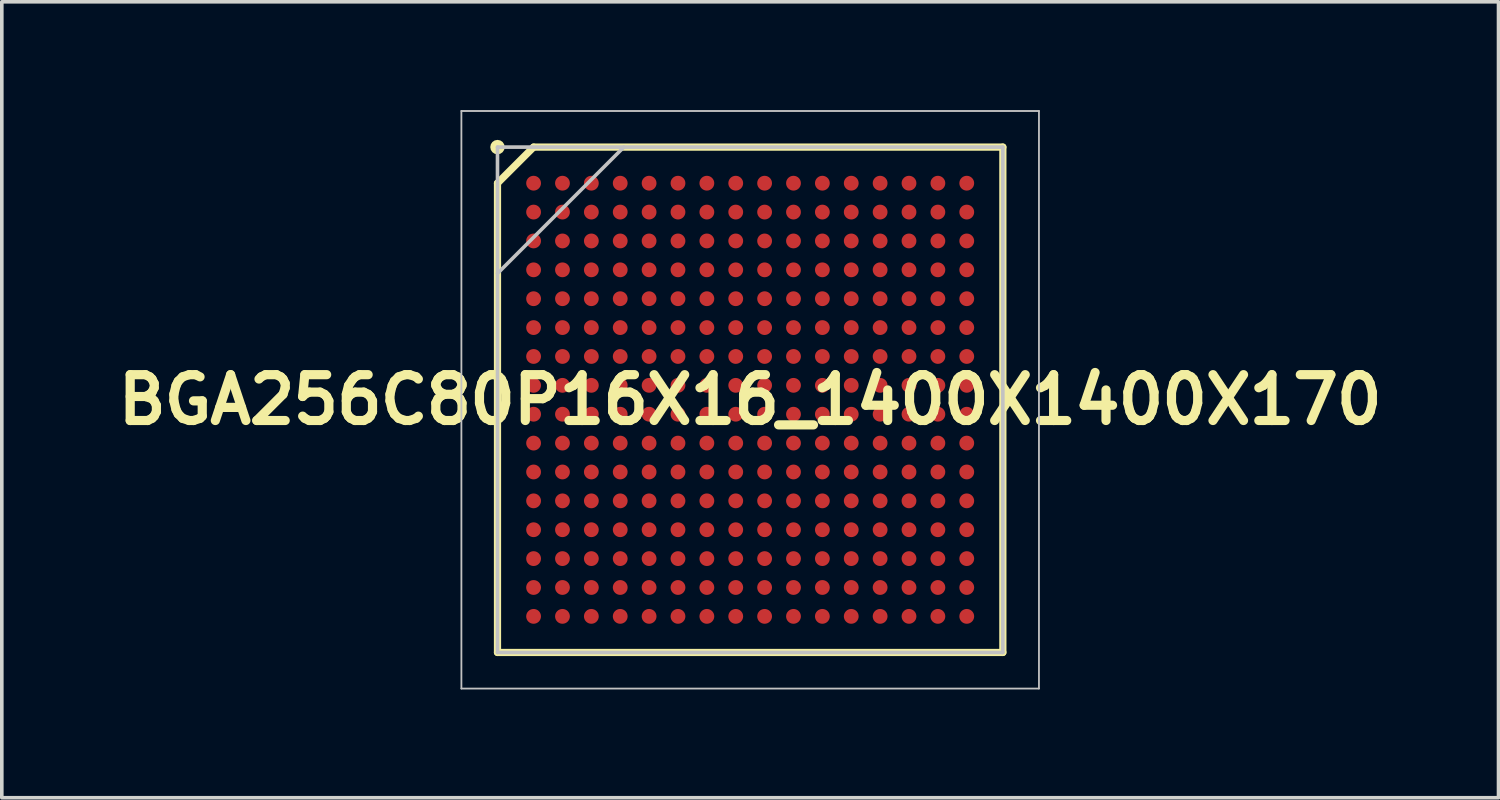
<source format=kicad_pcb>
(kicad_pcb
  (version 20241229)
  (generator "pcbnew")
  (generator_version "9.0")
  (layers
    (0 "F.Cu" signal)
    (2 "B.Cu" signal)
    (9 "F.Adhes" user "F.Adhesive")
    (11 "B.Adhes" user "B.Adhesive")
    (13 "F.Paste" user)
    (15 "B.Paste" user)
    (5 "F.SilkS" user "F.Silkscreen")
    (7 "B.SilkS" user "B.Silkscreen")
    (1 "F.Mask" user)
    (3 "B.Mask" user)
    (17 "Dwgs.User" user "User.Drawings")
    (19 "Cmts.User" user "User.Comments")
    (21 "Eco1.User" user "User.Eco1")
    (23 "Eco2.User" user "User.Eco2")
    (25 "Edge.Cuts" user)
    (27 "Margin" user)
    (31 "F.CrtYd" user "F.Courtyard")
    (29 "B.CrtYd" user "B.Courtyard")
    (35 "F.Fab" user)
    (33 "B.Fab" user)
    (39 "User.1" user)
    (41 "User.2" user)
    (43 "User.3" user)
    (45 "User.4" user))
  (footprint "BGA256C80P16X16_1400X1400X170"
    (layer "F.Cu")
    (at 17.732 8.025)
    (property "Reference" "BGA256C80P16X16_1400X1400X170" (at 0 0 0) (layer "F.SilkS") (effects (font (size 1.27 1.27) (thickness 0.254))))
    (attr smd)
    (fp_line (start -7 -6) (end -6 -7) (stroke (width 0.2) (type solid)) (layer "F.SilkS"))
    (fp_line (start -7 7) (end -7 -6) (stroke (width 0.2) (type solid)) (layer "F.SilkS"))
    (fp_line (start -6 -7) (end 7 -7) (stroke (width 0.2) (type solid)) (layer "F.SilkS"))
    (fp_line (start 7 -7) (end 7 7) (stroke (width 0.2) (type solid)) (layer "F.SilkS"))
    (fp_line (start 7 7) (end -7 7) (stroke (width 0.2) (type solid)) (layer "F.SilkS"))
    (fp_circle (center -7 -7) (end -7 -6.9) (stroke (width 0.2) (type solid)) (fill no) (layer "F.SilkS"))
    (fp_line (start -8 -8) (end 8 -8) (stroke (width 0.05) (type solid)) (layer "Dwgs.User"))
    (fp_line (start -8 8) (end -8 -8) (stroke (width 0.05) (type solid)) (layer "Dwgs.User"))
    (fp_line (start -7 -7) (end 7 -7) (stroke (width 0.1) (type solid)) (layer "Dwgs.User"))
    (fp_line (start -7 -3.5) (end -3.5 -7) (stroke (width 0.1) (type solid)) (layer "Dwgs.User"))
    (fp_line (start -7 7) (end -7 -7) (stroke (width 0.1) (type solid)) (layer "Dwgs.User"))
    (fp_line (start 7 -7) (end 7 7) (stroke (width 0.1) (type solid)) (layer "Dwgs.User"))
    (fp_line (start 7 7) (end -7 7) (stroke (width 0.1) (type solid)) (layer "Dwgs.User"))
    (fp_line (start 8 -8) (end 8 8) (stroke (width 0.05) (type solid)) (layer "Dwgs.User"))
    (fp_line (start 8 8) (end -8 8) (stroke (width 0.05) (type solid)) (layer "Dwgs.User"))
    (pad "A1" smd circle (at -6 -6 90) (size 0.41 0.41) (layers "F.Cu" "F.Paste"))
    (pad "A2" smd circle (at -5.2 -6 90) (size 0.41 0.41) (layers "F.Cu" "F.Paste"))
    (pad "A3" smd circle (at -4.4 -6 90) (size 0.41 0.41) (layers "F.Cu" "F.Paste"))
    (pad "A4" smd circle (at -3.6 -6 90) (size 0.41 0.41) (layers "F.Cu" "F.Paste"))
    (pad "A5" smd circle (at -2.8 -6 90) (size 0.41 0.41) (layers "F.Cu" "F.Paste"))
    (pad "A6" smd circle (at -2 -6 90) (size 0.41 0.41) (layers "F.Cu" "F.Paste"))
    (pad "A7" smd circle (at -1.2 -6 90) (size 0.41 0.41) (layers "F.Cu" "F.Paste"))
    (pad "A8" smd circle (at -0.4 -6 90) (size 0.41 0.41) (layers "F.Cu" "F.Paste"))
    (pad "A9" smd circle (at 0.4 -6 90) (size 0.41 0.41) (layers "F.Cu" "F.Paste"))
    (pad "A10" smd circle (at 1.2 -6 90) (size 0.41 0.41) (layers "F.Cu" "F.Paste"))
    (pad "A11" smd circle (at 2 -6 90) (size 0.41 0.41) (layers "F.Cu" "F.Paste"))
    (pad "A12" smd circle (at 2.8 -6 90) (size 0.41 0.41) (layers "F.Cu" "F.Paste"))
    (pad "A13" smd circle (at 3.6 -6 90) (size 0.41 0.41) (layers "F.Cu" "F.Paste"))
    (pad "A14" smd circle (at 4.4 -6 90) (size 0.41 0.41) (layers "F.Cu" "F.Paste"))
    (pad "A15" smd circle (at 5.2 -6 90) (size 0.41 0.41) (layers "F.Cu" "F.Paste"))
    (pad "A16" smd circle (at 6 -6 90) (size 0.41 0.41) (layers "F.Cu" "F.Paste"))
    (pad "B1" smd circle (at -6 -5.2 90) (size 0.41 0.41) (layers "F.Cu" "F.Paste"))
    (pad "B2" smd circle (at -5.2 -5.2 90) (size 0.41 0.41) (layers "F.Cu" "F.Paste"))
    (pad "B3" smd circle (at -4.4 -5.2 90) (size 0.41 0.41) (layers "F.Cu" "F.Paste"))
    (pad "B4" smd circle (at -3.6 -5.2 90) (size 0.41 0.41) (layers "F.Cu" "F.Paste"))
    (pad "B5" smd circle (at -2.8 -5.2 90) (size 0.41 0.41) (layers "F.Cu" "F.Paste"))
    (pad "B6" smd circle (at -2 -5.2 90) (size 0.41 0.41) (layers "F.Cu" "F.Paste"))
    (pad "B7" smd circle (at -1.2 -5.2 90) (size 0.41 0.41) (layers "F.Cu" "F.Paste"))
    (pad "B8" smd circle (at -0.4 -5.2 90) (size 0.41 0.41) (layers "F.Cu" "F.Paste"))
    (pad "B9" smd circle (at 0.4 -5.2 90) (size 0.41 0.41) (layers "F.Cu" "F.Paste"))
    (pad "B10" smd circle (at 1.2 -5.2 90) (size 0.41 0.41) (layers "F.Cu" "F.Paste"))
    (pad "B11" smd circle (at 2 -5.2 90) (size 0.41 0.41) (layers "F.Cu" "F.Paste"))
    (pad "B12" smd circle (at 2.8 -5.2 90) (size 0.41 0.41) (layers "F.Cu" "F.Paste"))
    (pad "B13" smd circle (at 3.6 -5.2 90) (size 0.41 0.41) (layers "F.Cu" "F.Paste"))
    (pad "B14" smd circle (at 4.4 -5.2 90) (size 0.41 0.41) (layers "F.Cu" "F.Paste"))
    (pad "B15" smd circle (at 5.2 -5.2 90) (size 0.41 0.41) (layers "F.Cu" "F.Paste"))
    (pad "B16" smd circle (at 6 -5.2 90) (size 0.41 0.41) (layers "F.Cu" "F.Paste"))
    (pad "C1" smd circle (at -6 -4.4 90) (size 0.41 0.41) (layers "F.Cu" "F.Paste"))
    (pad "C2" smd circle (at -5.2 -4.4 90) (size 0.41 0.41) (layers "F.Cu" "F.Paste"))
    (pad "C3" smd circle (at -4.4 -4.4 90) (size 0.41 0.41) (layers "F.Cu" "F.Paste"))
    (pad "C4" smd circle (at -3.6 -4.4 90) (size 0.41 0.41) (layers "F.Cu" "F.Paste"))
    (pad "C5" smd circle (at -2.8 -4.4 90) (size 0.41 0.41) (layers "F.Cu" "F.Paste"))
    (pad "C6" smd circle (at -2 -4.4 90) (size 0.41 0.41) (layers "F.Cu" "F.Paste"))
    (pad "C7" smd circle (at -1.2 -4.4 90) (size 0.41 0.41) (layers "F.Cu" "F.Paste"))
    (pad "C8" smd circle (at -0.4 -4.4 90) (size 0.41 0.41) (layers "F.Cu" "F.Paste"))
    (pad "C9" smd circle (at 0.4 -4.4 90) (size 0.41 0.41) (layers "F.Cu" "F.Paste"))
    (pad "C10" smd circle (at 1.2 -4.4 90) (size 0.41 0.41) (layers "F.Cu" "F.Paste"))
    (pad "C11" smd circle (at 2 -4.4 90) (size 0.41 0.41) (layers "F.Cu" "F.Paste"))
    (pad "C12" smd circle (at 2.8 -4.4 90) (size 0.41 0.41) (layers "F.Cu" "F.Paste"))
    (pad "C13" smd circle (at 3.6 -4.4 90) (size 0.41 0.41) (layers "F.Cu" "F.Paste"))
    (pad "C14" smd circle (at 4.4 -4.4 90) (size 0.41 0.41) (layers "F.Cu" "F.Paste"))
    (pad "C15" smd circle (at 5.2 -4.4 90) (size 0.41 0.41) (layers "F.Cu" "F.Paste"))
    (pad "C16" smd circle (at 6 -4.4 90) (size 0.41 0.41) (layers "F.Cu" "F.Paste"))
    (pad "D1" smd circle (at -6 -3.6 90) (size 0.41 0.41) (layers "F.Cu" "F.Paste"))
    (pad "D2" smd circle (at -5.2 -3.6 90) (size 0.41 0.41) (layers "F.Cu" "F.Paste"))
    (pad "D3" smd circle (at -4.4 -3.6 90) (size 0.41 0.41) (layers "F.Cu" "F.Paste"))
    (pad "D4" smd circle (at -3.6 -3.6 90) (size 0.41 0.41) (layers "F.Cu" "F.Paste"))
    (pad "D5" smd circle (at -2.8 -3.6 90) (size 0.41 0.41) (layers "F.Cu" "F.Paste"))
    (pad "D6" smd circle (at -2 -3.6 90) (size 0.41 0.41) (layers "F.Cu" "F.Paste"))
    (pad "D7" smd circle (at -1.2 -3.6 90) (size 0.41 0.41) (layers "F.Cu" "F.Paste"))
    (pad "D8" smd circle (at -0.4 -3.6 90) (size 0.41 0.41) (layers "F.Cu" "F.Paste"))
    (pad "D9" smd circle (at 0.4 -3.6 90) (size 0.41 0.41) (layers "F.Cu" "F.Paste"))
    (pad "D10" smd circle (at 1.2 -3.6 90) (size 0.41 0.41) (layers "F.Cu" "F.Paste"))
    (pad "D11" smd circle (at 2 -3.6 90) (size 0.41 0.41) (layers "F.Cu" "F.Paste"))
    (pad "D12" smd circle (at 2.8 -3.6 90) (size 0.41 0.41) (layers "F.Cu" "F.Paste"))
    (pad "D13" smd circle (at 3.6 -3.6 90) (size 0.41 0.41) (layers "F.Cu" "F.Paste"))
    (pad "D14" smd circle (at 4.4 -3.6 90) (size 0.41 0.41) (layers "F.Cu" "F.Paste"))
    (pad "D15" smd circle (at 5.2 -3.6 90) (size 0.41 0.41) (layers "F.Cu" "F.Paste"))
    (pad "D16" smd circle (at 6 -3.6 90) (size 0.41 0.41) (layers "F.Cu" "F.Paste"))
    (pad "E1" smd circle (at -6 -2.8 90) (size 0.41 0.41) (layers "F.Cu" "F.Paste"))
    (pad "E2" smd circle (at -5.2 -2.8 90) (size 0.41 0.41) (layers "F.Cu" "F.Paste"))
    (pad "E3" smd circle (at -4.4 -2.8 90) (size 0.41 0.41) (layers "F.Cu" "F.Paste"))
    (pad "E4" smd circle (at -3.6 -2.8 90) (size 0.41 0.41) (layers "F.Cu" "F.Paste"))
    (pad "E5" smd circle (at -2.8 -2.8 90) (size 0.41 0.41) (layers "F.Cu" "F.Paste"))
    (pad "E6" smd circle (at -2 -2.8 90) (size 0.41 0.41) (layers "F.Cu" "F.Paste"))
    (pad "E7" smd circle (at -1.2 -2.8 90) (size 0.41 0.41) (layers "F.Cu" "F.Paste"))
    (pad "E8" smd circle (at -0.4 -2.8 90) (size 0.41 0.41) (layers "F.Cu" "F.Paste"))
    (pad "E9" smd circle (at 0.4 -2.8 90) (size 0.41 0.41) (layers "F.Cu" "F.Paste"))
    (pad "E10" smd circle (at 1.2 -2.8 90) (size 0.41 0.41) (layers "F.Cu" "F.Paste"))
    (pad "E11" smd circle (at 2 -2.8 90) (size 0.41 0.41) (layers "F.Cu" "F.Paste"))
    (pad "E12" smd circle (at 2.8 -2.8 90) (size 0.41 0.41) (layers "F.Cu" "F.Paste"))
    (pad "E13" smd circle (at 3.6 -2.8 90) (size 0.41 0.41) (layers "F.Cu" "F.Paste"))
    (pad "E14" smd circle (at 4.4 -2.8 90) (size 0.41 0.41) (layers "F.Cu" "F.Paste"))
    (pad "E15" smd circle (at 5.2 -2.8 90) (size 0.41 0.41) (layers "F.Cu" "F.Paste"))
    (pad "E16" smd circle (at 6 -2.8 90) (size 0.41 0.41) (layers "F.Cu" "F.Paste"))
    (pad "F1" smd circle (at -6 -2 90) (size 0.41 0.41) (layers "F.Cu" "F.Paste"))
    (pad "F2" smd circle (at -5.2 -2 90) (size 0.41 0.41) (layers "F.Cu" "F.Paste"))
    (pad "F3" smd circle (at -4.4 -2 90) (size 0.41 0.41) (layers "F.Cu" "F.Paste"))
    (pad "F4" smd circle (at -3.6 -2 90) (size 0.41 0.41) (layers "F.Cu" "F.Paste"))
    (pad "F5" smd circle (at -2.8 -2 90) (size 0.41 0.41) (layers "F.Cu" "F.Paste"))
    (pad "F6" smd circle (at -2 -2 90) (size 0.41 0.41) (layers "F.Cu" "F.Paste"))
    (pad "F7" smd circle (at -1.2 -2 90) (size 0.41 0.41) (layers "F.Cu" "F.Paste"))
    (pad "F8" smd circle (at -0.4 -2 90) (size 0.41 0.41) (layers "F.Cu" "F.Paste"))
    (pad "F9" smd circle (at 0.4 -2 90) (size 0.41 0.41) (layers "F.Cu" "F.Paste"))
    (pad "F10" smd circle (at 1.2 -2 90) (size 0.41 0.41) (layers "F.Cu" "F.Paste"))
    (pad "F11" smd circle (at 2 -2 90) (size 0.41 0.41) (layers "F.Cu" "F.Paste"))
    (pad "F12" smd circle (at 2.8 -2 90) (size 0.41 0.41) (layers "F.Cu" "F.Paste"))
    (pad "F13" smd circle (at 3.6 -2 90) (size 0.41 0.41) (layers "F.Cu" "F.Paste"))
    (pad "F14" smd circle (at 4.4 -2 90) (size 0.41 0.41) (layers "F.Cu" "F.Paste"))
    (pad "F15" smd circle (at 5.2 -2 90) (size 0.41 0.41) (layers "F.Cu" "F.Paste"))
    (pad "F16" smd circle (at 6 -2 90) (size 0.41 0.41) (layers "F.Cu" "F.Paste"))
    (pad "G1" smd circle (at -6 -1.2 90) (size 0.41 0.41) (layers "F.Cu" "F.Paste"))
    (pad "G2" smd circle (at -5.2 -1.2 90) (size 0.41 0.41) (layers "F.Cu" "F.Paste"))
    (pad "G3" smd circle (at -4.4 -1.2 90) (size 0.41 0.41) (layers "F.Cu" "F.Paste"))
    (pad "G4" smd circle (at -3.6 -1.2 90) (size 0.41 0.41) (layers "F.Cu" "F.Paste"))
    (pad "G5" smd circle (at -2.8 -1.2 90) (size 0.41 0.41) (layers "F.Cu" "F.Paste"))
    (pad "G6" smd circle (at -2 -1.2 90) (size 0.41 0.41) (layers "F.Cu" "F.Paste"))
    (pad "G7" smd circle (at -1.2 -1.2 90) (size 0.41 0.41) (layers "F.Cu" "F.Paste"))
    (pad "G8" smd circle (at -0.4 -1.2 90) (size 0.41 0.41) (layers "F.Cu" "F.Paste"))
    (pad "G9" smd circle (at 0.4 -1.2 90) (size 0.41 0.41) (layers "F.Cu" "F.Paste"))
    (pad "G10" smd circle (at 1.2 -1.2 90) (size 0.41 0.41) (layers "F.Cu" "F.Paste"))
    (pad "G11" smd circle (at 2 -1.2 90) (size 0.41 0.41) (layers "F.Cu" "F.Paste"))
    (pad "G12" smd circle (at 2.8 -1.2 90) (size 0.41 0.41) (layers "F.Cu" "F.Paste"))
    (pad "G13" smd circle (at 3.6 -1.2 90) (size 0.41 0.41) (layers "F.Cu" "F.Paste"))
    (pad "G14" smd circle (at 4.4 -1.2 90) (size 0.41 0.41) (layers "F.Cu" "F.Paste"))
    (pad "G15" smd circle (at 5.2 -1.2 90) (size 0.41 0.41) (layers "F.Cu" "F.Paste"))
    (pad "G16" smd circle (at 6 -1.2 90) (size 0.41 0.41) (layers "F.Cu" "F.Paste"))
    (pad "H1" smd circle (at -6 -0.4 90) (size 0.41 0.41) (layers "F.Cu" "F.Paste"))
    (pad "H2" smd circle (at -5.2 -0.4 90) (size 0.41 0.41) (layers "F.Cu" "F.Paste"))
    (pad "H3" smd circle (at -4.4 -0.4 90) (size 0.41 0.41) (layers "F.Cu" "F.Paste"))
    (pad "H4" smd circle (at -3.6 -0.4 90) (size 0.41 0.41) (layers "F.Cu" "F.Paste"))
    (pad "H5" smd circle (at -2.8 -0.4 90) (size 0.41 0.41) (layers "F.Cu" "F.Paste"))
    (pad "H6" smd circle (at -2 -0.4 90) (size 0.41 0.41) (layers "F.Cu" "F.Paste"))
    (pad "H7" smd circle (at -1.2 -0.4 90) (size 0.41 0.41) (layers "F.Cu" "F.Paste"))
    (pad "H8" smd circle (at -0.4 -0.4 90) (size 0.41 0.41) (layers "F.Cu" "F.Paste"))
    (pad "H9" smd circle (at 0.4 -0.4 90) (size 0.41 0.41) (layers "F.Cu" "F.Paste"))
    (pad "H10" smd circle (at 1.2 -0.4 90) (size 0.41 0.41) (layers "F.Cu" "F.Paste"))
    (pad "H11" smd circle (at 2 -0.4 90) (size 0.41 0.41) (layers "F.Cu" "F.Paste"))
    (pad "H12" smd circle (at 2.8 -0.4 90) (size 0.41 0.41) (layers "F.Cu" "F.Paste"))
    (pad "H13" smd circle (at 3.6 -0.4 90) (size 0.41 0.41) (layers "F.Cu" "F.Paste"))
    (pad "H14" smd circle (at 4.4 -0.4 90) (size 0.41 0.41) (layers "F.Cu" "F.Paste"))
    (pad "H15" smd circle (at 5.2 -0.4 90) (size 0.41 0.41) (layers "F.Cu" "F.Paste"))
    (pad "H16" smd circle (at 6 -0.4 90) (size 0.41 0.41) (layers "F.Cu" "F.Paste"))
    (pad "J1" smd circle (at -6 0.4 90) (size 0.41 0.41) (layers "F.Cu" "F.Paste"))
    (pad "J2" smd circle (at -5.2 0.4 90) (size 0.41 0.41) (layers "F.Cu" "F.Paste"))
    (pad "J3" smd circle (at -4.4 0.4 90) (size 0.41 0.41) (layers "F.Cu" "F.Paste"))
    (pad "J4" smd circle (at -3.6 0.4 90) (size 0.41 0.41) (layers "F.Cu" "F.Paste"))
    (pad "J5" smd circle (at -2.8 0.4 90) (size 0.41 0.41) (layers "F.Cu" "F.Paste"))
    (pad "J6" smd circle (at -2 0.4 90) (size 0.41 0.41) (layers "F.Cu" "F.Paste"))
    (pad "J7" smd circle (at -1.2 0.4 90) (size 0.41 0.41) (layers "F.Cu" "F.Paste"))
    (pad "J8" smd circle (at -0.4 0.4 90) (size 0.41 0.41) (layers "F.Cu" "F.Paste"))
    (pad "J9" smd circle (at 0.4 0.4 90) (size 0.41 0.41) (layers "F.Cu" "F.Paste"))
    (pad "J10" smd circle (at 1.2 0.4 90) (size 0.41 0.41) (layers "F.Cu" "F.Paste"))
    (pad "J11" smd circle (at 2 0.4 90) (size 0.41 0.41) (layers "F.Cu" "F.Paste"))
    (pad "J12" smd circle (at 2.8 0.4 90) (size 0.41 0.41) (layers "F.Cu" "F.Paste"))
    (pad "J13" smd circle (at 3.6 0.4 90) (size 0.41 0.41) (layers "F.Cu" "F.Paste"))
    (pad "J14" smd circle (at 4.4 0.4 90) (size 0.41 0.41) (layers "F.Cu" "F.Paste"))
    (pad "J15" smd circle (at 5.2 0.4 90) (size 0.41 0.41) (layers "F.Cu" "F.Paste"))
    (pad "J16" smd circle (at 6 0.4 90) (size 0.41 0.41) (layers "F.Cu" "F.Paste"))
    (pad "K1" smd circle (at -6 1.2 90) (size 0.41 0.41) (layers "F.Cu" "F.Paste"))
    (pad "K2" smd circle (at -5.2 1.2 90) (size 0.41 0.41) (layers "F.Cu" "F.Paste"))
    (pad "K3" smd circle (at -4.4 1.2 90) (size 0.41 0.41) (layers "F.Cu" "F.Paste"))
    (pad "K4" smd circle (at -3.6 1.2 90) (size 0.41 0.41) (layers "F.Cu" "F.Paste"))
    (pad "K5" smd circle (at -2.8 1.2 90) (size 0.41 0.41) (layers "F.Cu" "F.Paste"))
    (pad "K6" smd circle (at -2 1.2 90) (size 0.41 0.41) (layers "F.Cu" "F.Paste"))
    (pad "K7" smd circle (at -1.2 1.2 90) (size 0.41 0.41) (layers "F.Cu" "F.Paste"))
    (pad "K8" smd circle (at -0.4 1.2 90) (size 0.41 0.41) (layers "F.Cu" "F.Paste"))
    (pad "K9" smd circle (at 0.4 1.2 90) (size 0.41 0.41) (layers "F.Cu" "F.Paste"))
    (pad "K10" smd circle (at 1.2 1.2 90) (size 0.41 0.41) (layers "F.Cu" "F.Paste"))
    (pad "K11" smd circle (at 2 1.2 90) (size 0.41 0.41) (layers "F.Cu" "F.Paste"))
    (pad "K12" smd circle (at 2.8 1.2 90) (size 0.41 0.41) (layers "F.Cu" "F.Paste"))
    (pad "K13" smd circle (at 3.6 1.2 90) (size 0.41 0.41) (layers "F.Cu" "F.Paste"))
    (pad "K14" smd circle (at 4.4 1.2 90) (size 0.41 0.41) (layers "F.Cu" "F.Paste"))
    (pad "K15" smd circle (at 5.2 1.2 90) (size 0.41 0.41) (layers "F.Cu" "F.Paste"))
    (pad "K16" smd circle (at 6 1.2 90) (size 0.41 0.41) (layers "F.Cu" "F.Paste"))
    (pad "L1" smd circle (at -6 2 90) (size 0.41 0.41) (layers "F.Cu" "F.Paste"))
    (pad "L2" smd circle (at -5.2 2 90) (size 0.41 0.41) (layers "F.Cu" "F.Paste"))
    (pad "L3" smd circle (at -4.4 2 90) (size 0.41 0.41) (layers "F.Cu" "F.Paste"))
    (pad "L4" smd circle (at -3.6 2 90) (size 0.41 0.41) (layers "F.Cu" "F.Paste"))
    (pad "L5" smd circle (at -2.8 2 90) (size 0.41 0.41) (layers "F.Cu" "F.Paste"))
    (pad "L6" smd circle (at -2 2 90) (size 0.41 0.41) (layers "F.Cu" "F.Paste"))
    (pad "L7" smd circle (at -1.2 2 90) (size 0.41 0.41) (layers "F.Cu" "F.Paste"))
    (pad "L8" smd circle (at -0.4 2 90) (size 0.41 0.41) (layers "F.Cu" "F.Paste"))
    (pad "L9" smd circle (at 0.4 2 90) (size 0.41 0.41) (layers "F.Cu" "F.Paste"))
    (pad "L10" smd circle (at 1.2 2 90) (size 0.41 0.41) (layers "F.Cu" "F.Paste"))
    (pad "L11" smd circle (at 2 2 90) (size 0.41 0.41) (layers "F.Cu" "F.Paste"))
    (pad "L12" smd circle (at 2.8 2 90) (size 0.41 0.41) (layers "F.Cu" "F.Paste"))
    (pad "L13" smd circle (at 3.6 2 90) (size 0.41 0.41) (layers "F.Cu" "F.Paste"))
    (pad "L14" smd circle (at 4.4 2 90) (size 0.41 0.41) (layers "F.Cu" "F.Paste"))
    (pad "L15" smd circle (at 5.2 2 90) (size 0.41 0.41) (layers "F.Cu" "F.Paste"))
    (pad "L16" smd circle (at 6 2 90) (size 0.41 0.41) (layers "F.Cu" "F.Paste"))
    (pad "M1" smd circle (at -6 2.8 90) (size 0.41 0.41) (layers "F.Cu" "F.Paste"))
    (pad "M2" smd circle (at -5.2 2.8 90) (size 0.41 0.41) (layers "F.Cu" "F.Paste"))
    (pad "M3" smd circle (at -4.4 2.8 90) (size 0.41 0.41) (layers "F.Cu" "F.Paste"))
    (pad "M4" smd circle (at -3.6 2.8 90) (size 0.41 0.41) (layers "F.Cu" "F.Paste"))
    (pad "M5" smd circle (at -2.8 2.8 90) (size 0.41 0.41) (layers "F.Cu" "F.Paste"))
    (pad "M6" smd circle (at -2 2.8 90) (size 0.41 0.41) (layers "F.Cu" "F.Paste"))
    (pad "M7" smd circle (at -1.2 2.8 90) (size 0.41 0.41) (layers "F.Cu" "F.Paste"))
    (pad "M8" smd circle (at -0.4 2.8 90) (size 0.41 0.41) (layers "F.Cu" "F.Paste"))
    (pad "M9" smd circle (at 0.4 2.8 90) (size 0.41 0.41) (layers "F.Cu" "F.Paste"))
    (pad "M10" smd circle (at 1.2 2.8 90) (size 0.41 0.41) (layers "F.Cu" "F.Paste"))
    (pad "M11" smd circle (at 2 2.8 90) (size 0.41 0.41) (layers "F.Cu" "F.Paste"))
    (pad "M12" smd circle (at 2.8 2.8 90) (size 0.41 0.41) (layers "F.Cu" "F.Paste"))
    (pad "M13" smd circle (at 3.6 2.8 90) (size 0.41 0.41) (layers "F.Cu" "F.Paste"))
    (pad "M14" smd circle (at 4.4 2.8 90) (size 0.41 0.41) (layers "F.Cu" "F.Paste"))
    (pad "M15" smd circle (at 5.2 2.8 90) (size 0.41 0.41) (layers "F.Cu" "F.Paste"))
    (pad "M16" smd circle (at 6 2.8 90) (size 0.41 0.41) (layers "F.Cu" "F.Paste"))
    (pad "N1" smd circle (at -6 3.6 90) (size 0.41 0.41) (layers "F.Cu" "F.Paste"))
    (pad "N2" smd circle (at -5.2 3.6 90) (size 0.41 0.41) (layers "F.Cu" "F.Paste"))
    (pad "N3" smd circle (at -4.4 3.6 90) (size 0.41 0.41) (layers "F.Cu" "F.Paste"))
    (pad "N4" smd circle (at -3.6 3.6 90) (size 0.41 0.41) (layers "F.Cu" "F.Paste"))
    (pad "N5" smd circle (at -2.8 3.6 90) (size 0.41 0.41) (layers "F.Cu" "F.Paste"))
    (pad "N6" smd circle (at -2 3.6 90) (size 0.41 0.41) (layers "F.Cu" "F.Paste"))
    (pad "N7" smd circle (at -1.2 3.6 90) (size 0.41 0.41) (layers "F.Cu" "F.Paste"))
    (pad "N8" smd circle (at -0.4 3.6 90) (size 0.41 0.41) (layers "F.Cu" "F.Paste"))
    (pad "N9" smd circle (at 0.4 3.6 90) (size 0.41 0.41) (layers "F.Cu" "F.Paste"))
    (pad "N10" smd circle (at 1.2 3.6 90) (size 0.41 0.41) (layers "F.Cu" "F.Paste"))
    (pad "N11" smd circle (at 2 3.6 90) (size 0.41 0.41) (layers "F.Cu" "F.Paste"))
    (pad "N12" smd circle (at 2.8 3.6 90) (size 0.41 0.41) (layers "F.Cu" "F.Paste"))
    (pad "N13" smd circle (at 3.6 3.6 90) (size 0.41 0.41) (layers "F.Cu" "F.Paste"))
    (pad "N14" smd circle (at 4.4 3.6 90) (size 0.41 0.41) (layers "F.Cu" "F.Paste"))
    (pad "N15" smd circle (at 5.2 3.6 90) (size 0.41 0.41) (layers "F.Cu" "F.Paste"))
    (pad "N16" smd circle (at 6 3.6 90) (size 0.41 0.41) (layers "F.Cu" "F.Paste"))
    (pad "P1" smd circle (at -6 4.4 90) (size 0.41 0.41) (layers "F.Cu" "F.Paste"))
    (pad "P2" smd circle (at -5.2 4.4 90) (size 0.41 0.41) (layers "F.Cu" "F.Paste"))
    (pad "P3" smd circle (at -4.4 4.4 90) (size 0.41 0.41) (layers "F.Cu" "F.Paste"))
    (pad "P4" smd circle (at -3.6 4.4 90) (size 0.41 0.41) (layers "F.Cu" "F.Paste"))
    (pad "P5" smd circle (at -2.8 4.4 90) (size 0.41 0.41) (layers "F.Cu" "F.Paste"))
    (pad "P6" smd circle (at -2 4.4 90) (size 0.41 0.41) (layers "F.Cu" "F.Paste"))
    (pad "P7" smd circle (at -1.2 4.4 90) (size 0.41 0.41) (layers "F.Cu" "F.Paste"))
    (pad "P8" smd circle (at -0.4 4.4 90) (size 0.41 0.41) (layers "F.Cu" "F.Paste"))
    (pad "P9" smd circle (at 0.4 4.4 90) (size 0.41 0.41) (layers "F.Cu" "F.Paste"))
    (pad "P10" smd circle (at 1.2 4.4 90) (size 0.41 0.41) (layers "F.Cu" "F.Paste"))
    (pad "P11" smd circle (at 2 4.4 90) (size 0.41 0.41) (layers "F.Cu" "F.Paste"))
    (pad "P12" smd circle (at 2.8 4.4 90) (size 0.41 0.41) (layers "F.Cu" "F.Paste"))
    (pad "P13" smd circle (at 3.6 4.4 90) (size 0.41 0.41) (layers "F.Cu" "F.Paste"))
    (pad "P14" smd circle (at 4.4 4.4 90) (size 0.41 0.41) (layers "F.Cu" "F.Paste"))
    (pad "P15" smd circle (at 5.2 4.4 90) (size 0.41 0.41) (layers "F.Cu" "F.Paste"))
    (pad "P16" smd circle (at 6 4.4 90) (size 0.41 0.41) (layers "F.Cu" "F.Paste"))
    (pad "R1" smd circle (at -6 5.2 90) (size 0.41 0.41) (layers "F.Cu" "F.Paste"))
    (pad "R2" smd circle (at -5.2 5.2 90) (size 0.41 0.41) (layers "F.Cu" "F.Paste"))
    (pad "R3" smd circle (at -4.4 5.2 90) (size 0.41 0.41) (layers "F.Cu" "F.Paste"))
    (pad "R4" smd circle (at -3.6 5.2 90) (size 0.41 0.41) (layers "F.Cu" "F.Paste"))
    (pad "R5" smd circle (at -2.8 5.2 90) (size 0.41 0.41) (layers "F.Cu" "F.Paste"))
    (pad "R6" smd circle (at -2 5.2 90) (size 0.41 0.41) (layers "F.Cu" "F.Paste"))
    (pad "R7" smd circle (at -1.2 5.2 90) (size 0.41 0.41) (layers "F.Cu" "F.Paste"))
    (pad "R8" smd circle (at -0.4 5.2 90) (size 0.41 0.41) (layers "F.Cu" "F.Paste"))
    (pad "R9" smd circle (at 0.4 5.2 90) (size 0.41 0.41) (layers "F.Cu" "F.Paste"))
    (pad "R10" smd circle (at 1.2 5.2 90) (size 0.41 0.41) (layers "F.Cu" "F.Paste"))
    (pad "R11" smd circle (at 2 5.2 90) (size 0.41 0.41) (layers "F.Cu" "F.Paste"))
    (pad "R12" smd circle (at 2.8 5.2 90) (size 0.41 0.41) (layers "F.Cu" "F.Paste"))
    (pad "R13" smd circle (at 3.6 5.2 90) (size 0.41 0.41) (layers "F.Cu" "F.Paste"))
    (pad "R14" smd circle (at 4.4 5.2 90) (size 0.41 0.41) (layers "F.Cu" "F.Paste"))
    (pad "R15" smd circle (at 5.2 5.2 90) (size 0.41 0.41) (layers "F.Cu" "F.Paste"))
    (pad "R16" smd circle (at 6 5.2 90) (size 0.41 0.41) (layers "F.Cu" "F.Paste"))
    (pad "T1" smd circle (at -6 6 90) (size 0.41 0.41) (layers "F.Cu" "F.Paste"))
    (pad "T2" smd circle (at -5.2 6 90) (size 0.41 0.41) (layers "F.Cu" "F.Paste"))
    (pad "T3" smd circle (at -4.4 6 90) (size 0.41 0.41) (layers "F.Cu" "F.Paste"))
    (pad "T4" smd circle (at -3.6 6 90) (size 0.41 0.41) (layers "F.Cu" "F.Paste"))
    (pad "T5" smd circle (at -2.8 6 90) (size 0.41 0.41) (layers "F.Cu" "F.Paste"))
    (pad "T6" smd circle (at -2 6 90) (size 0.41 0.41) (layers "F.Cu" "F.Paste"))
    (pad "T7" smd circle (at -1.2 6 90) (size 0.41 0.41) (layers "F.Cu" "F.Paste"))
    (pad "T8" smd circle (at -0.4 6 90) (size 0.41 0.41) (layers "F.Cu" "F.Paste"))
    (pad "T9" smd circle (at 0.4 6 90) (size 0.41 0.41) (layers "F.Cu" "F.Paste"))
    (pad "T10" smd circle (at 1.2 6 90) (size 0.41 0.41) (layers "F.Cu" "F.Paste"))
    (pad "T11" smd circle (at 2 6 90) (size 0.41 0.41) (layers "F.Cu" "F.Paste"))
    (pad "T12" smd circle (at 2.8 6 90) (size 0.41 0.41) (layers "F.Cu" "F.Paste"))
    (pad "T13" smd circle (at 3.6 6 90) (size 0.41 0.41) (layers "F.Cu" "F.Paste"))
    (pad "T14" smd circle (at 4.4 6 90) (size 0.41 0.41) (layers "F.Cu" "F.Paste"))
    (pad "T15" smd circle (at 5.2 6 90) (size 0.41 0.41) (layers "F.Cu" "F.Paste"))
    (pad "T16" smd circle (at 6 6 90) (size 0.41 0.41) (layers "F.Cu" "F.Paste")))
  (gr_rect
    (start -3 -3)
    (end 38.463 19.05)
    (stroke (width 0.1) (type default))
    (fill no)
    (layer "Edge.Cuts")))
</source>
